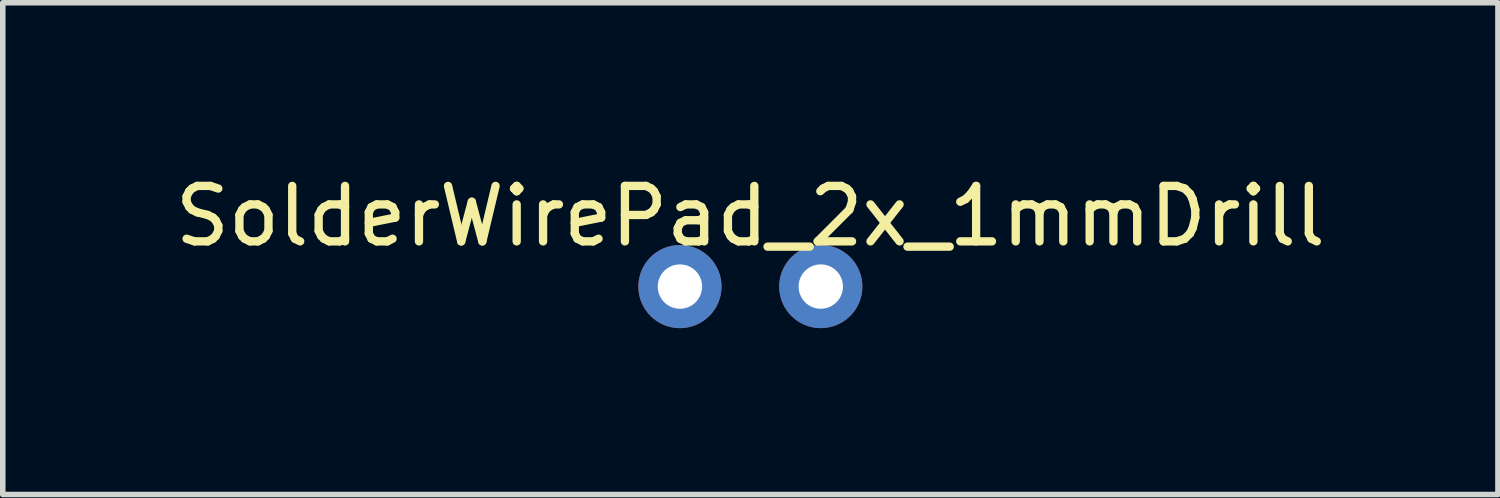
<source format=kicad_pcb>
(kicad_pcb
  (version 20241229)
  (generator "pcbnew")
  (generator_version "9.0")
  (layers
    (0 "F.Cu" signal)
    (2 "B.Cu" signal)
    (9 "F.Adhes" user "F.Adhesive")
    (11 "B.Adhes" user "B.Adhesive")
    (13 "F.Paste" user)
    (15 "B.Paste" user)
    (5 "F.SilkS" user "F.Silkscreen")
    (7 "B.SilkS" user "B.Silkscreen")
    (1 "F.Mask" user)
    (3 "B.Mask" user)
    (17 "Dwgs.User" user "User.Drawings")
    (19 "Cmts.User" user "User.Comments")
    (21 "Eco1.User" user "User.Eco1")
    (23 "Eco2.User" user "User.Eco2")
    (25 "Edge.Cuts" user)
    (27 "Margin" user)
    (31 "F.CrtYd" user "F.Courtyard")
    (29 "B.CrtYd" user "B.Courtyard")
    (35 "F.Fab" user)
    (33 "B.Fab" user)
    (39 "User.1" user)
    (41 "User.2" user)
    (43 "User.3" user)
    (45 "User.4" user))
  (footprint "SolderWirePad_2x_1mmDrill"
    (layer "F.Cu")
    (at 10.482 2.118)
    (property "Reference" "SolderWirePad_2x_1mmDrill" (at 0 -1.27 0) (layer "F.SilkS") (effects (font (size 1 1) (thickness 0.15))))
    (attr through_hole)
    (pad "1" thru_hole circle (at -1.27 0) (size 1.5 1.5) (drill 0.8) (layers "*.Cu" "*.Mask"))
    (pad "2" thru_hole circle (at 1.27 0) (size 1.5 1.5) (drill 0.8) (layers "*.Cu" "*.Mask")))
  (gr_rect
    (start -3 -3)
    (end 23.964 5.868)
    (stroke (width 0.1) (type default))
    (fill no)
    (layer "Edge.Cuts")))
</source>
